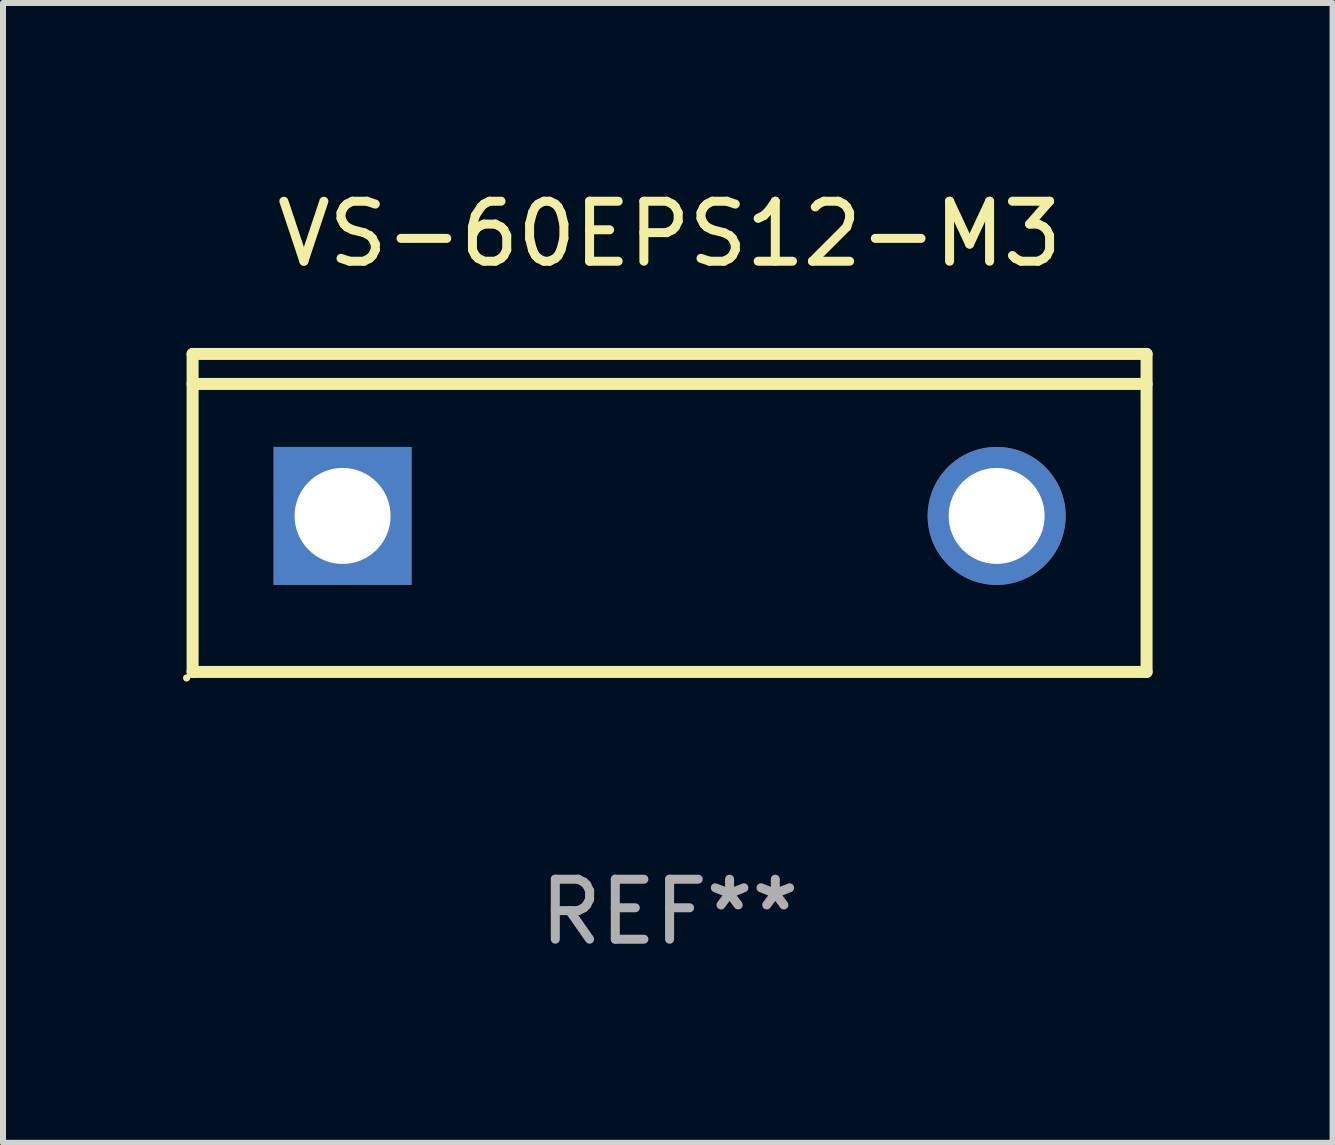
<source format=kicad_pcb>
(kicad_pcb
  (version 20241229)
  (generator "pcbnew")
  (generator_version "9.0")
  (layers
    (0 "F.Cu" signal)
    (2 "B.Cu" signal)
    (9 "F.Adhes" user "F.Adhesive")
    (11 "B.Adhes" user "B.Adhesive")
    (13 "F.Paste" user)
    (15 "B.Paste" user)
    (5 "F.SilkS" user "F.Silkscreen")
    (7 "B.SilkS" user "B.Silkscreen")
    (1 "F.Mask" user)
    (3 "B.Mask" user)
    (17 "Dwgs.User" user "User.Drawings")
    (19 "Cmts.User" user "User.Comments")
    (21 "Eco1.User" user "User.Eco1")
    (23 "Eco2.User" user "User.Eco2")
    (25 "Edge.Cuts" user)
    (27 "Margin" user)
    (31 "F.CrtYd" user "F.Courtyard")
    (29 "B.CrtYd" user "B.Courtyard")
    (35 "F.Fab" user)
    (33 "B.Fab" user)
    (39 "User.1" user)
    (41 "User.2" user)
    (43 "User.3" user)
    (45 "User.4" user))
  (footprint "VS-60EPS12-M3"
    (layer "F.Cu")
    (at 8.11 5.499)
    (property "Reference" "VS-60EPS12-M3" (at 0 -4.65 0) (layer "F.SilkS") (effects (font (size 1 1) (thickness 0.15))))
    (attr through_hole)
    (fp_line (start -7.95 -2.65) (end -7.95 2.65) (stroke (width 0.2) (type solid)) (layer "F.SilkS"))
    (fp_line (start -7.95 -2.15) (end 7.95 -2.15) (stroke (width 0.2) (type solid)) (layer "F.SilkS"))
    (fp_line (start -7.95 2.65) (end 7.95 2.65) (stroke (width 0.2) (type solid)) (layer "F.SilkS"))
    (fp_line (start 7.95 -2.65) (end -7.95 -2.65) (stroke (width 0.2) (type solid)) (layer "F.SilkS"))
    (fp_line (start 7.95 2.65) (end 7.95 -2.65) (stroke (width 0.2) (type solid)) (layer "F.SilkS"))
    (fp_circle (center -8.05 2.75) (end -8.02 2.75) (stroke (width 0.06) (type solid)) (fill no) (layer "F.SilkS"))
    (fp_text user "REF**" (at 0 6.65 0) (layer "F.Fab") (effects (font (size 1 1) (thickness 0.15))))
    (pad "1" thru_hole rect (at -5.45 0.05) (size 2.3 2.3) (drill 1.6) (layers "*.Cu" "*.Mask"))
    (pad "2" thru_hole circle (at 5.451 0.05) (size 2.3 2.3) (drill 1.6) (layers "*.Cu" "*.Mask")))
  (gr_rect
    (start -3 -3)
    (end 19.16 15.997)
    (stroke (width 0.1) (type default))
    (fill no)
    (layer "Edge.Cuts")))
</source>
